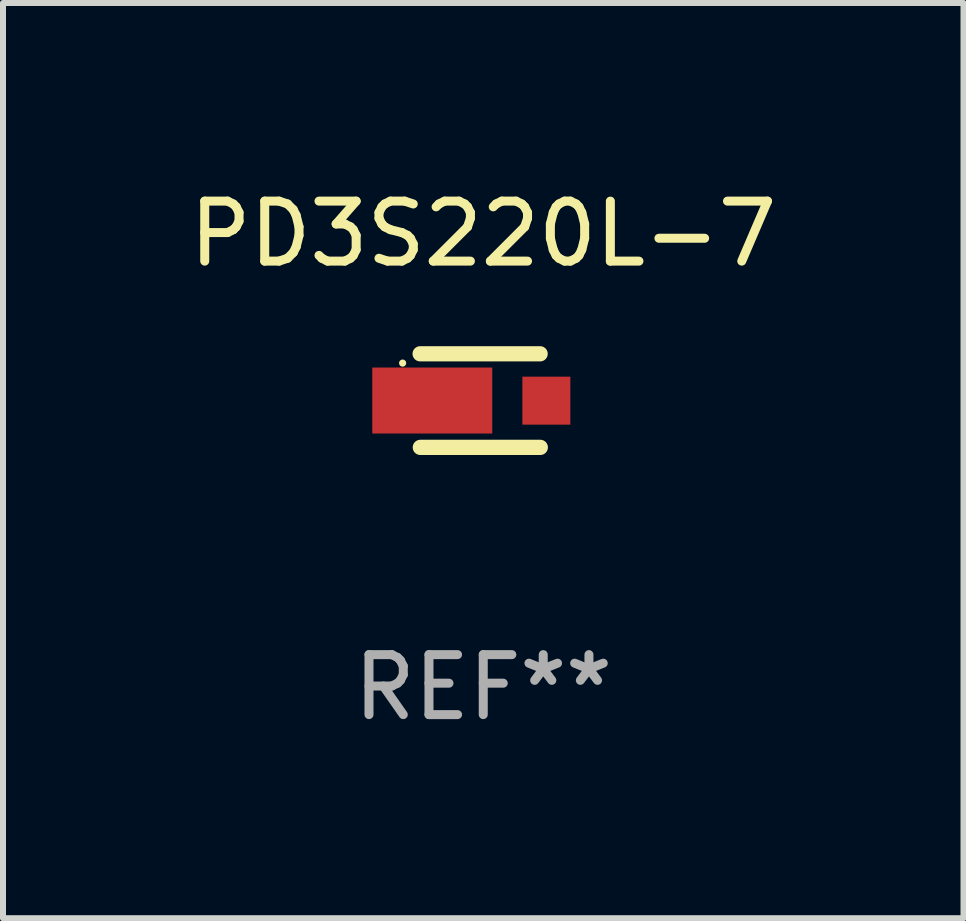
<source format=kicad_pcb>
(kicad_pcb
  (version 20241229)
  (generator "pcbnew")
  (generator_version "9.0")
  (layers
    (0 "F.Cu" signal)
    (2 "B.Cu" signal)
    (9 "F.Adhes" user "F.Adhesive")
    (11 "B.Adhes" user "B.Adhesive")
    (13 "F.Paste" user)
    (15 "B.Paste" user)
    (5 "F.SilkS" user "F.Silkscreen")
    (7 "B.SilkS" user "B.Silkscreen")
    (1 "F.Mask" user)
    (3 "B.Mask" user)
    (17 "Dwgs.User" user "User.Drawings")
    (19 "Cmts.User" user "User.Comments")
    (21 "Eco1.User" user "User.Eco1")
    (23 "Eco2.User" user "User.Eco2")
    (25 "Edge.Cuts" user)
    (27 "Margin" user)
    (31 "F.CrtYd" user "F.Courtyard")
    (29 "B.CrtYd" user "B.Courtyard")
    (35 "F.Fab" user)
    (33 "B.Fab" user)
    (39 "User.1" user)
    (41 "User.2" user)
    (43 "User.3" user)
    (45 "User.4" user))
  (footprint "PD3S220L-7"
    (layer "F.Cu")
    (at 5.006 3.628)
    (property "Reference" "PD3S220L-7" (at 0 -2.78 0) (layer "F.SilkS") (effects (font (size 1 1) (thickness 0.15))))
    (attr through_hole)
    (fp_line (start -1.049 0.78) (end 0.951 0.78) (stroke (width 0.254) (type solid)) (layer "F.SilkS"))
    (fp_line (start 0.948 -0.78) (end -1.052 -0.78) (stroke (width 0.254) (type solid)) (layer "F.SilkS"))
    (fp_circle (center -1.344 -0.625) (end -1.314 -0.625) (stroke (width 0.06) (type solid)) (fill no) (layer "F.SilkS"))
    (fp_text user "REF**" (at 0 4.78 0) (layer "F.Fab") (effects (font (size 1 1) (thickness 0.15))))
    (pad "1" smd rect (at -0.85 -0.001) (size 2 1.1) (layers "F.Cu" "F.Mask" "F.Paste"))
    (pad "2" smd rect (at 1.052 0.001) (size 0.8 0.8) (layers "F.Cu" "F.Mask" "F.Paste")))
  (gr_rect
    (start -3 -3)
    (end 13.012 12.257)
    (stroke (width 0.1) (type default))
    (fill no)
    (layer "Edge.Cuts")))
</source>
